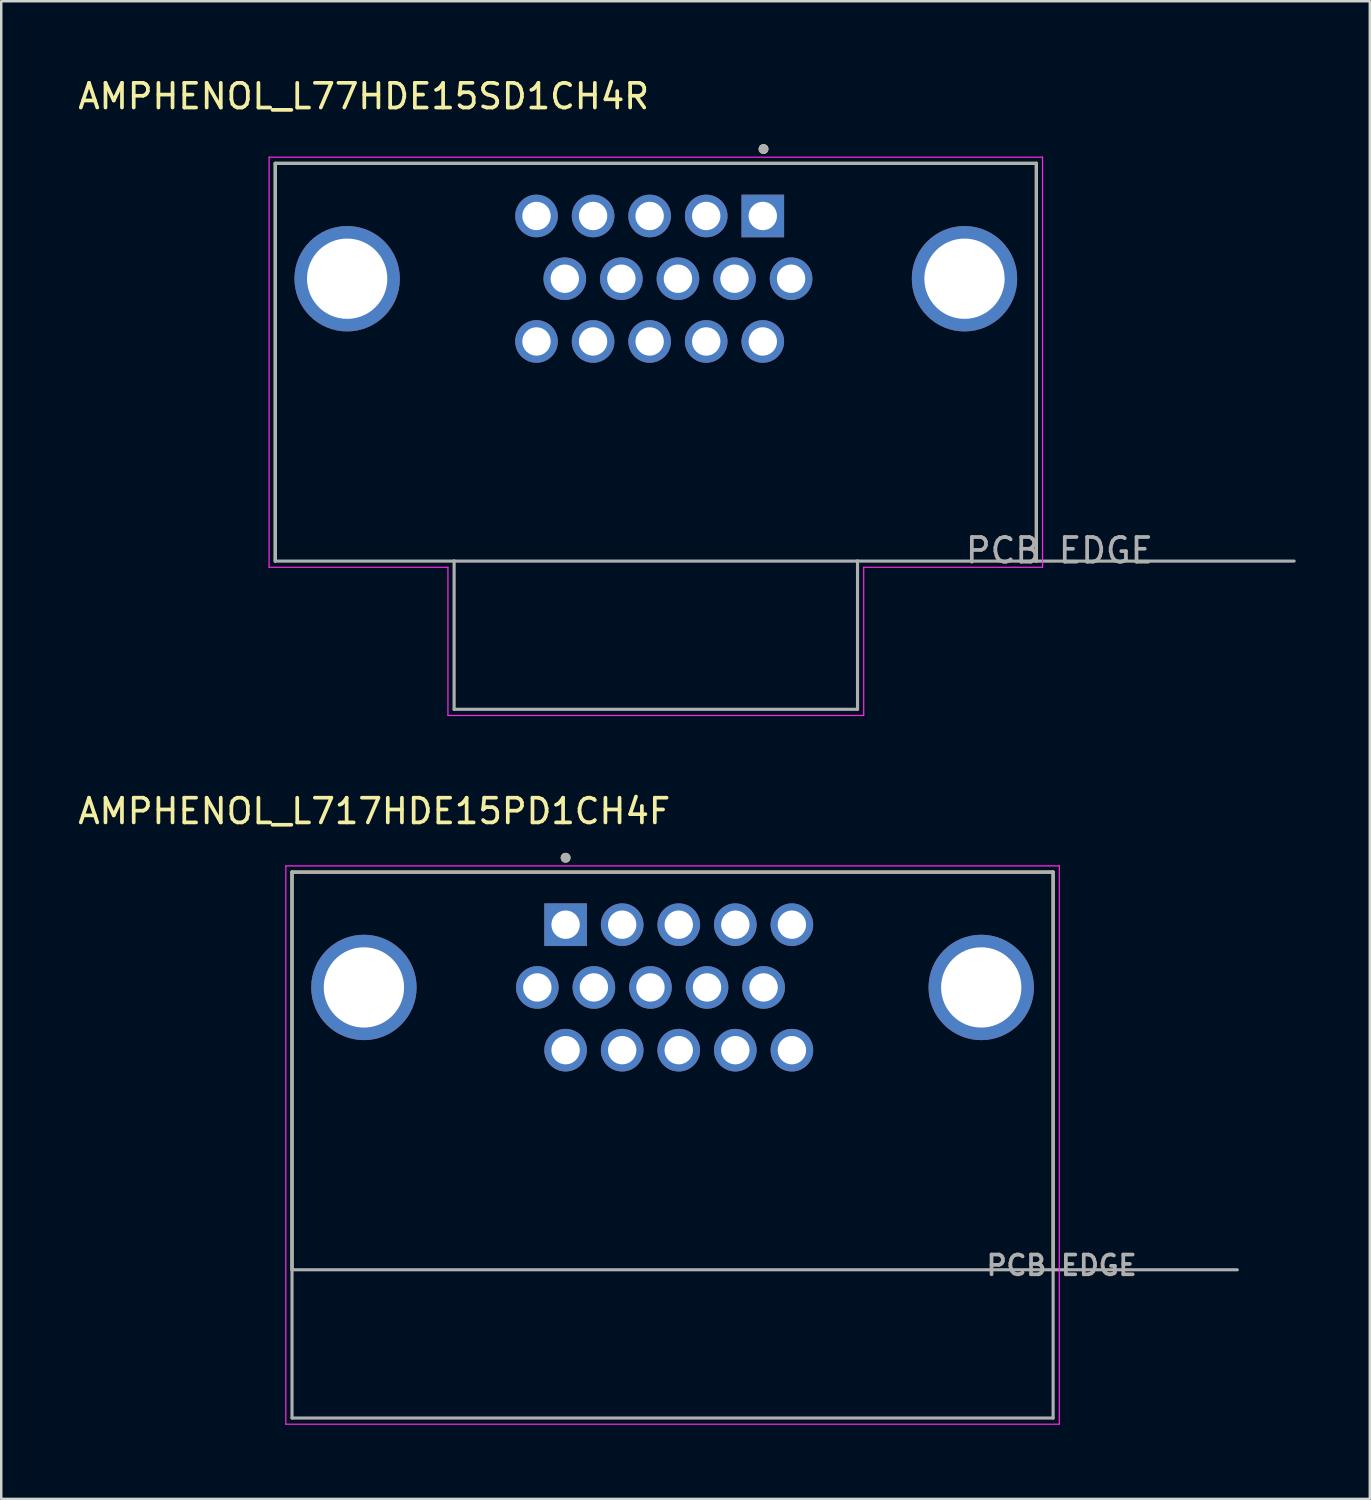
<source format=kicad_pcb>
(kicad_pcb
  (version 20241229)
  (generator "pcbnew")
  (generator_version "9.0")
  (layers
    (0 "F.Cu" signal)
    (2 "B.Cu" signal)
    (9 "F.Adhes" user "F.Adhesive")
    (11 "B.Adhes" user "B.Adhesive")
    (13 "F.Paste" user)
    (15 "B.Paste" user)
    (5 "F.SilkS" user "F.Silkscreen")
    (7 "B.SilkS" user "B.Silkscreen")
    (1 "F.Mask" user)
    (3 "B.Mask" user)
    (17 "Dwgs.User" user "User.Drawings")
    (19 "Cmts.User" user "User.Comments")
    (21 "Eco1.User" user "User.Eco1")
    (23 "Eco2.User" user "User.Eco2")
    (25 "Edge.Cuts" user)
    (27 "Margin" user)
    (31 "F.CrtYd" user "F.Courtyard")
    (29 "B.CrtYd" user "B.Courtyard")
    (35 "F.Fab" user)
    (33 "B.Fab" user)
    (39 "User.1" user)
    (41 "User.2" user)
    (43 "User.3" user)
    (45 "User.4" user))
  (footprint "AMPHENOL_L717HDE15PD1CH4F"
    (layer "F.Cu")
    (at 24.176 36.922)
    (property "Reference" "AMPHENOL_L717HDE15PD1CH4F" (at -12.075 -7.135 0) (layer "F.SilkS") (effects (font (size 1 1) (thickness 0.15))))
    (attr through_hole)
    (fp_line (start -15.405 -4.67) (end 15.405 -4.67) (stroke (width 0.127) (type solid)) (layer "F.SilkS"))
    (fp_line (start -15.405 11.43) (end -15.405 -4.67) (stroke (width 0.127) (type solid)) (layer "F.SilkS"))
    (fp_line (start 15.405 11.43) (end 15.405 -4.67) (stroke (width 0.127) (type solid)) (layer "F.SilkS"))
    (fp_circle (center -4.33 -5.25) (end -4.23 -5.25) (stroke (width 0.2) (type solid)) (fill no) (layer "F.SilkS"))
    (fp_line (start -15.655 -4.92) (end -15.655 17.68) (stroke (width 0.05) (type solid)) (layer "F.CrtYd"))
    (fp_line (start -15.655 17.68) (end 15.655 17.68) (stroke (width 0.05) (type solid)) (layer "F.CrtYd"))
    (fp_line (start 15.655 -4.92) (end -15.655 -4.92) (stroke (width 0.05) (type solid)) (layer "F.CrtYd"))
    (fp_line (start 15.655 17.68) (end 15.655 -4.92) (stroke (width 0.05) (type solid)) (layer "F.CrtYd"))
    (fp_line (start -15.405 -4.67) (end 15.405 -4.67) (stroke (width 0.127) (type solid)) (layer "F.Fab"))
    (fp_line (start -15.405 11.43) (end -15.405 -4.67) (stroke (width 0.127) (type solid)) (layer "F.Fab"))
    (fp_line (start -15.405 11.43) (end 22.86 11.43) (stroke (width 0.127) (type solid)) (layer "F.Fab"))
    (fp_line (start -15.405 17.43) (end -15.405 11.43) (stroke (width 0.127) (type solid)) (layer "F.Fab"))
    (fp_line (start -15.405 17.43) (end 15.405 17.43) (stroke (width 0.127) (type solid)) (layer "F.Fab"))
    (fp_line (start 15.405 17.43) (end 15.405 -4.67) (stroke (width 0.127) (type solid)) (layer "F.Fab"))
    (fp_circle (center -4.33 -5.25) (end -4.23 -5.25) (stroke (width 0.2) (type solid)) (fill no) (layer "F.Fab"))
    (fp_text user "PCB EDGE" (at 15.75 11.25 0) (layer "F.Fab") (effects (font (size 0.8 0.8) (thickness 0.15))))
    (pad "0" thru_hole circle (at -12.495 0) (size 4.266 4.266) (drill 3.25) (layers "*.Cu" "*.Mask"))
    (pad "0" thru_hole circle (at 12.495 0) (size 4.266 4.266) (drill 3.25) (layers "*.Cu" "*.Mask"))
    (pad "1" thru_hole rect (at -4.33 -2.54) (size 1.725 1.725) (drill 1.15) (layers "*.Cu" "*.Mask"))
    (pad "2" thru_hole circle (at -2.04 -2.54) (size 1.725 1.725) (drill 1.15) (layers "*.Cu" "*.Mask"))
    (pad "3" thru_hole circle (at 0.25 -2.54) (size 1.725 1.725) (drill 1.15) (layers "*.Cu" "*.Mask"))
    (pad "4" thru_hole circle (at 2.54 -2.54) (size 1.725 1.725) (drill 1.15) (layers "*.Cu" "*.Mask"))
    (pad "5" thru_hole circle (at 4.83 -2.54) (size 1.725 1.725) (drill 1.15) (layers "*.Cu" "*.Mask"))
    (pad "6" thru_hole circle (at -5.475 0) (size 1.725 1.725) (drill 1.15) (layers "*.Cu" "*.Mask"))
    (pad "7" thru_hole circle (at -3.185 0) (size 1.725 1.725) (drill 1.15) (layers "*.Cu" "*.Mask"))
    (pad "8" thru_hole circle (at -0.895 0) (size 1.725 1.725) (drill 1.15) (layers "*.Cu" "*.Mask"))
    (pad "9" thru_hole circle (at 1.395 0) (size 1.725 1.725) (drill 1.15) (layers "*.Cu" "*.Mask"))
    (pad "10" thru_hole circle (at 3.685 0) (size 1.725 1.725) (drill 1.15) (layers "*.Cu" "*.Mask"))
    (pad "11" thru_hole circle (at -4.33 2.54) (size 1.725 1.725) (drill 1.15) (layers "*.Cu" "*.Mask"))
    (pad "12" thru_hole circle (at -2.04 2.54) (size 1.725 1.725) (drill 1.15) (layers "*.Cu" "*.Mask"))
    (pad "13" thru_hole circle (at 0.25 2.54) (size 1.725 1.725) (drill 1.15) (layers "*.Cu" "*.Mask"))
    (pad "14" thru_hole circle (at 2.54 2.54) (size 1.725 1.725) (drill 1.15) (layers "*.Cu" "*.Mask"))
    (pad "15" thru_hole circle (at 4.83 2.54) (size 1.725 1.725) (drill 1.15) (layers "*.Cu" "*.Mask")))
  (footprint "AMPHENOL_L77HDE15SD1CH4R"
    (layer "F.Cu")
    (at 23.498 8.233)
    (property "Reference" "AMPHENOL_L77HDE15SD1CH4R" (at -11.825 -7.385 0) (layer "F.SilkS") (effects (font (size 1 1) (thickness 0.15))))
    (attr through_hole)
    (fp_line (start -15.405 -4.67) (end 15.405 -4.67) (stroke (width 0.127) (type solid)) (layer "F.SilkS"))
    (fp_line (start -15.405 11.43) (end -15.405 -4.67) (stroke (width 0.127) (type solid)) (layer "F.SilkS"))
    (fp_line (start 15.405 -4.67) (end 15.405 11.43) (stroke (width 0.127) (type solid)) (layer "F.SilkS"))
    (fp_circle (center 4.36 -5.25) (end 4.46 -5.25) (stroke (width 0.2) (type solid)) (fill no) (layer "F.SilkS"))
    (fp_line (start -15.655 -4.92) (end 15.655 -4.92) (stroke (width 0.05) (type solid)) (layer "F.CrtYd"))
    (fp_line (start -15.655 11.68) (end -15.655 -4.92) (stroke (width 0.05) (type solid)) (layer "F.CrtYd"))
    (fp_line (start -8.415 11.68) (end -15.655 11.68) (stroke (width 0.05) (type solid)) (layer "F.CrtYd"))
    (fp_line (start -8.415 17.68) (end -8.415 11.68) (stroke (width 0.05) (type solid)) (layer "F.CrtYd"))
    (fp_line (start 8.415 11.68) (end 8.415 17.68) (stroke (width 0.05) (type solid)) (layer "F.CrtYd"))
    (fp_line (start 8.415 17.68) (end -8.415 17.68) (stroke (width 0.05) (type solid)) (layer "F.CrtYd"))
    (fp_line (start 15.655 -4.92) (end 15.655 11.68) (stroke (width 0.05) (type solid)) (layer "F.CrtYd"))
    (fp_line (start 15.655 11.68) (end 8.415 11.68) (stroke (width 0.05) (type solid)) (layer "F.CrtYd"))
    (fp_line (start -15.405 -4.67) (end 15.405 -4.67) (stroke (width 0.127) (type solid)) (layer "F.Fab"))
    (fp_line (start -15.405 11.43) (end -15.405 -4.67) (stroke (width 0.127) (type solid)) (layer "F.Fab"))
    (fp_line (start -8.165 11.43) (end -15.405 11.43) (stroke (width 0.127) (type solid)) (layer "F.Fab"))
    (fp_line (start -8.165 11.43) (end -8.165 17.43) (stroke (width 0.127) (type solid)) (layer "F.Fab"))
    (fp_line (start -8.165 17.43) (end 8.165 17.43) (stroke (width 0.127) (type solid)) (layer "F.Fab"))
    (fp_line (start 8.165 11.43) (end -8.165 11.43) (stroke (width 0.127) (type solid)) (layer "F.Fab"))
    (fp_line (start 8.165 17.43) (end 8.165 11.43) (stroke (width 0.127) (type solid)) (layer "F.Fab"))
    (fp_line (start 15.405 -4.67) (end 15.405 11.43) (stroke (width 0.127) (type solid)) (layer "F.Fab"))
    (fp_line (start 15.405 11.43) (end 8.165 11.43) (stroke (width 0.127) (type solid)) (layer "F.Fab"))
    (fp_line (start 15.405 11.43) (end 25.84 11.43) (stroke (width 0.127) (type solid)) (layer "F.Fab"))
    (fp_circle (center 4.36 -5.25) (end 4.46 -5.25) (stroke (width 0.2) (type solid)) (fill no) (layer "F.Fab"))
    (fp_text user "PCB EDGE" (at 16.34 11 0) (layer "F.Fab") (effects (font (size 1 1) (thickness 0.15))))
    (pad "1" thru_hole rect (at 4.33 -2.54) (size 1.725 1.725) (drill 1.15) (layers "*.Cu" "*.Mask"))
    (pad "2" thru_hole circle (at 2.04 -2.54) (size 1.725 1.725) (drill 1.15) (layers "*.Cu" "*.Mask"))
    (pad "3" thru_hole circle (at -0.25 -2.54) (size 1.725 1.725) (drill 1.15) (layers "*.Cu" "*.Mask"))
    (pad "4" thru_hole circle (at -2.54 -2.54) (size 1.725 1.725) (drill 1.15) (layers "*.Cu" "*.Mask"))
    (pad "5" thru_hole circle (at -4.83 -2.54) (size 1.725 1.725) (drill 1.15) (layers "*.Cu" "*.Mask"))
    (pad "6" thru_hole circle (at 5.475 0) (size 1.725 1.725) (drill 1.15) (layers "*.Cu" "*.Mask"))
    (pad "7" thru_hole circle (at 3.185 0) (size 1.725 1.725) (drill 1.15) (layers "*.Cu" "*.Mask"))
    (pad "8" thru_hole circle (at 0.895 0) (size 1.725 1.725) (drill 1.15) (layers "*.Cu" "*.Mask"))
    (pad "9" thru_hole circle (at -1.395 0) (size 1.725 1.725) (drill 1.15) (layers "*.Cu" "*.Mask"))
    (pad "10" thru_hole circle (at -3.685 0) (size 1.725 1.725) (drill 1.15) (layers "*.Cu" "*.Mask"))
    (pad "11" thru_hole circle (at 4.33 2.54) (size 1.725 1.725) (drill 1.15) (layers "*.Cu" "*.Mask"))
    (pad "12" thru_hole circle (at 2.04 2.54) (size 1.725 1.725) (drill 1.15) (layers "*.Cu" "*.Mask"))
    (pad "13" thru_hole circle (at -0.25 2.54) (size 1.725 1.725) (drill 1.15) (layers "*.Cu" "*.Mask"))
    (pad "14" thru_hole circle (at -2.54 2.54) (size 1.725 1.725) (drill 1.15) (layers "*.Cu" "*.Mask"))
    (pad "15" thru_hole circle (at -4.83 2.54) (size 1.725 1.725) (drill 1.15) (layers "*.Cu" "*.Mask"))
    (pad "S1" thru_hole circle (at -12.495 0) (size 4.266 4.266) (drill 3.25) (layers "*.Cu" "*.Mask"))
    (pad "S2" thru_hole circle (at 12.495 0) (size 4.266 4.266) (drill 3.25) (layers "*.Cu" "*.Mask")))
  (gr_rect
    (start -3 -3)
    (end 52.401 57.627)
    (stroke (width 0.1) (type default))
    (fill no)
    (layer "Edge.Cuts")))
</source>
